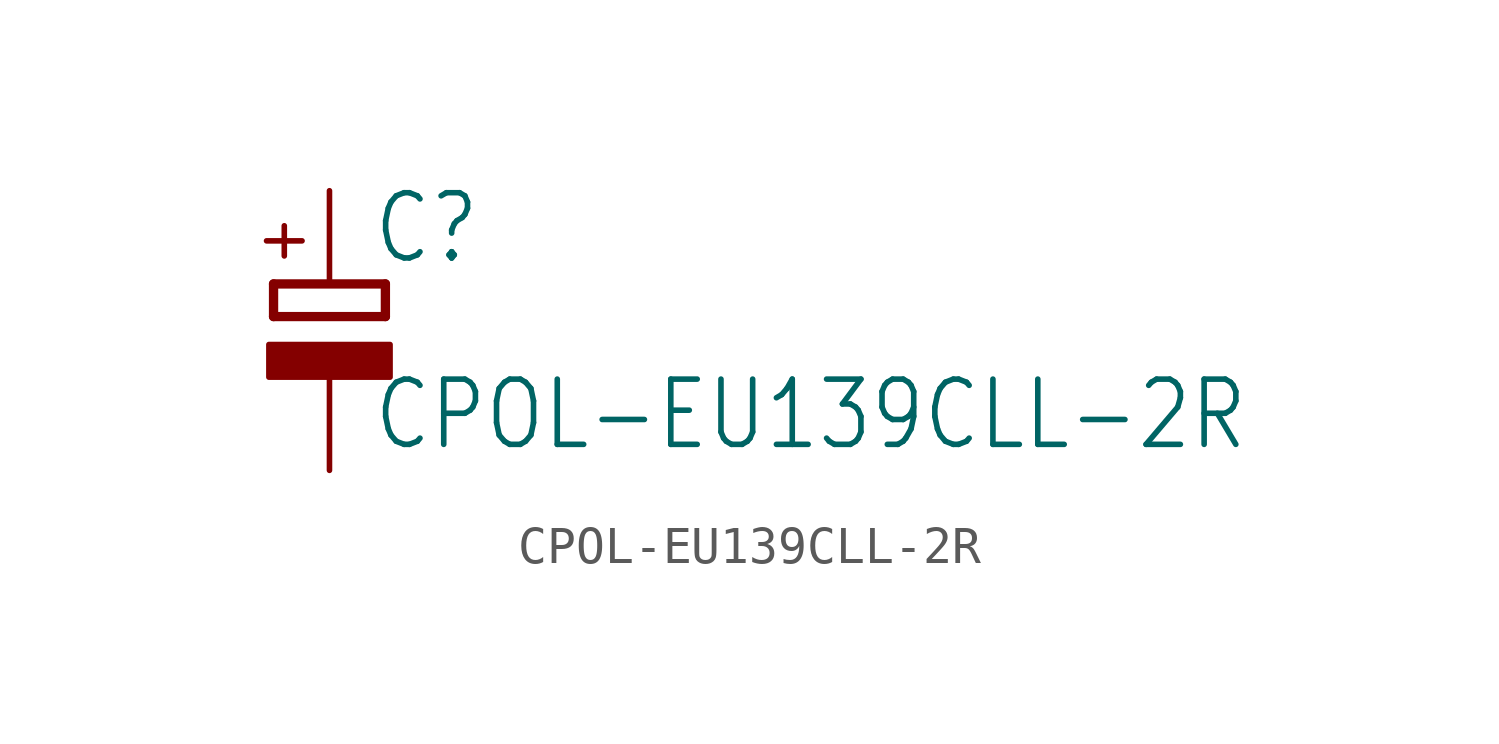
<source format=kicad_sym>
(kicad_symbol_lib
  (version 20220914)
  (generator kicad_symbol_editor)
  (symbol "CPOL-EU139CLL-2R"
    (property "Reference" "C"
      (at 1.143 0.483 0)
      (effects (font (size 1.778 1.511)) (justify left bottom)))
    (property "Value" "CPOL-EU139CLL-2R"
      (at 1.143 -4.597 0)
      (effects (font (size 1.778 1.511)) (justify left bottom)))
    (property "ki_locked" ""
      (at 0 0 0)
      (effects (font (size 1.27 1.27))))
    (symbol "CPOL-EU139CLL-2R_1_0"
      (rectangle (start -1.651 -2.54) (end 1.651 -1.651) (stroke (width 0) (type default)) (fill (type outline)))
      (polyline (pts (xy -1.524 -0.889) (xy 1.524 -0.889)) (stroke (width 0.254) (type default)) (fill (type none)))
      (polyline (pts (xy -1.524 0) (xy -1.524 -0.889)) (stroke (width 0.254) (type default)) (fill (type none)))
      (polyline (pts (xy -1.524 0) (xy 1.524 0)) (stroke (width 0.254) (type default)) (fill (type none)))
      (polyline (pts (xy 1.524 -0.889) (xy 1.524 0)) (stroke (width 0.254) (type default)) (fill (type none)))
      (text "+" (at -0.584 0.406 900) (effects (font (size 1.27 1.079)) (justify left bottom)))
      (pin passive line (at 0 2.54 270) (length 2.54) (name "+" (effects (font (size 0 0)))) (number "+" (effects (font (size 0 0)))))
      (pin passive line (at 0 -5.08 90) (length 2.54) (name "-" (effects (font (size 0 0)))) (number "-" (effects (font (size 0 0))))))))
</source>
